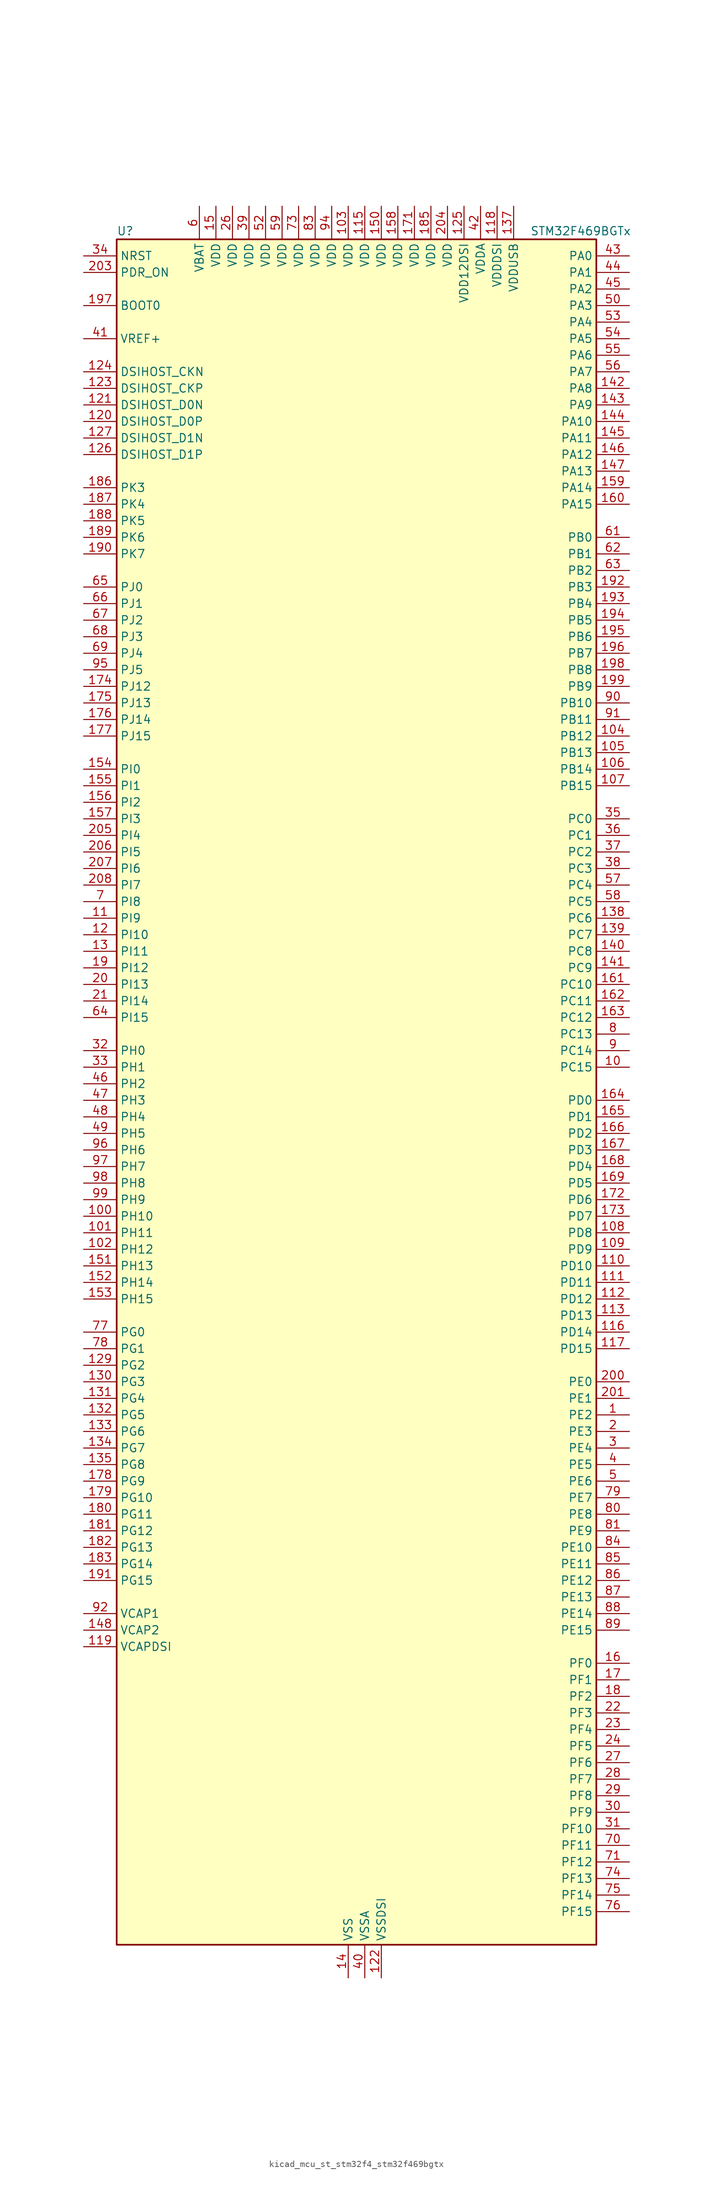
<source format=kicad_sym>
(kicad_symbol_lib
  (version 20220914)
  (generator kicad_symbol_editor)
  (symbol "kicad_mcu_st_stm32f4_stm32f469bgtx"
    (property "Reference" "U"
      (at -35.56 133.35 0)
      (effects (font (size 1.27 1.27)) (justify left)))
    (property "Value" "STM32F469BGTx"
      (at 27.94 133.35 0)
      (effects (font (size 1.27 1.27)) (justify left)))
    (property "ki_locked" ""
      (at 0 0 0)
      (effects (font (size 1.27 1.27))))
    (symbol "kicad_mcu_st_stm32f4_stm32f469bgtx_0_1"
      (rectangle (start -35.56 -129.54) (end 38.1 132.08) (stroke (width 0.254) (type default)) (fill (type background))))
    (symbol "kicad_mcu_st_stm32f4_stm32f469bgtx_1_1"
      (pin bidirectional line (at 43.18 -48.26 180) (length 5.08) (name "PE2" (effects (font (size 1.27 1.27)))) (number "1" (effects (font (size 1.27 1.27)))) (alternate "ETH_TXD3" bidirectional line) (alternate "FMC_A23" bidirectional line) (alternate "QUADSPI_BK1_IO2" bidirectional line) (alternate "SAI1_MCLK_A" bidirectional line) (alternate "SPI4_SCK" bidirectional line) (alternate "SYS_TRACECLK" bidirectional line))
      (pin bidirectional line (at 43.18 5.08 180) (length 5.08) (name "PC15" (effects (font (size 1.27 1.27)))) (number "10" (effects (font (size 1.27 1.27)))) (alternate "ADC1_EXTI15" bidirectional line) (alternate "ADC2_EXTI15" bidirectional line) (alternate "ADC3_EXTI15" bidirectional line) (alternate "RCC_OSC32_OUT" bidirectional line))
      (pin bidirectional line (at -40.64 -17.78 0) (length 5.08) (name "PH10" (effects (font (size 1.27 1.27)))) (number "100" (effects (font (size 1.27 1.27)))) (alternate "DCMI_D1" bidirectional line) (alternate "FMC_D18" bidirectional line) (alternate "LTDC_R4" bidirectional line) (alternate "TIM5_CH1" bidirectional line))
      (pin bidirectional line (at -40.64 -20.32 0) (length 5.08) (name "PH11" (effects (font (size 1.27 1.27)))) (number "101" (effects (font (size 1.27 1.27)))) (alternate "ADC1_EXTI11" bidirectional line) (alternate "ADC2_EXTI11" bidirectional line) (alternate "ADC3_EXTI11" bidirectional line) (alternate "DCMI_D2" bidirectional line) (alternate "FMC_D19" bidirectional line) (alternate "LTDC_R5" bidirectional line) (alternate "TIM5_CH2" bidirectional line))
      (pin bidirectional line (at -40.64 -22.86 0) (length 5.08) (name "PH12" (effects (font (size 1.27 1.27)))) (number "102" (effects (font (size 1.27 1.27)))) (alternate "DCMI_D3" bidirectional line) (alternate "FMC_D20" bidirectional line) (alternate "LTDC_R6" bidirectional line) (alternate "TIM5_CH3" bidirectional line))
      (pin power_in line (at 0 137.16 270) (length 5.08) (name "VDD" (effects (font (size 1.27 1.27)))) (number "103" (effects (font (size 1.27 1.27)))))
      (pin bidirectional line (at 43.18 55.88 180) (length 5.08) (name "PB12" (effects (font (size 1.27 1.27)))) (number "104" (effects (font (size 1.27 1.27)))) (alternate "CAN2_RX" bidirectional line) (alternate "ETH_TXD0" bidirectional line) (alternate "I2C2_SMBA" bidirectional line) (alternate "I2S2_WS" bidirectional line) (alternate "SPI2_NSS" bidirectional line) (alternate "TIM1_BKIN" bidirectional line) (alternate "USART3_CK" bidirectional line) (alternate "USB_OTG_HS_ID" bidirectional line) (alternate "USB_OTG_HS_ULPI_D5" bidirectional line))
      (pin bidirectional line (at 43.18 53.34 180) (length 5.08) (name "PB13" (effects (font (size 1.27 1.27)))) (number "105" (effects (font (size 1.27 1.27)))) (alternate "CAN2_TX" bidirectional line) (alternate "ETH_TXD1" bidirectional line) (alternate "I2S2_CK" bidirectional line) (alternate "SPI2_SCK" bidirectional line) (alternate "TIM1_CH1N" bidirectional line) (alternate "USART3_CTS" bidirectional line) (alternate "USB_OTG_HS_ULPI_D6" bidirectional line) (alternate "USB_OTG_HS_VBUS" bidirectional line))
      (pin bidirectional line (at 43.18 50.8 180) (length 5.08) (name "PB14" (effects (font (size 1.27 1.27)))) (number "106" (effects (font (size 1.27 1.27)))) (alternate "I2S2_ext_SD" bidirectional line) (alternate "SPI2_MISO" bidirectional line) (alternate "TIM12_CH1" bidirectional line) (alternate "TIM1_CH2N" bidirectional line) (alternate "TIM8_CH2N" bidirectional line) (alternate "USART3_RTS" bidirectional line) (alternate "USB_OTG_HS_DM" bidirectional line))
      (pin bidirectional line (at 43.18 48.26 180) (length 5.08) (name "PB15" (effects (font (size 1.27 1.27)))) (number "107" (effects (font (size 1.27 1.27)))) (alternate "ADC1_EXTI15" bidirectional line) (alternate "ADC2_EXTI15" bidirectional line) (alternate "ADC3_EXTI15" bidirectional line) (alternate "I2S2_SD" bidirectional line) (alternate "RTC_REFIN" bidirectional line) (alternate "SPI2_MOSI" bidirectional line) (alternate "TIM12_CH2" bidirectional line) (alternate "TIM1_CH3N" bidirectional line) (alternate "TIM8_CH3N" bidirectional line) (alternate "USB_OTG_HS_DP" bidirectional line))
      (pin bidirectional line (at 43.18 -20.32 180) (length 5.08) (name "PD8" (effects (font (size 1.27 1.27)))) (number "108" (effects (font (size 1.27 1.27)))) (alternate "FMC_D13" bidirectional line) (alternate "FMC_DA13" bidirectional line) (alternate "USART3_TX" bidirectional line))
      (pin bidirectional line (at 43.18 -22.86 180) (length 5.08) (name "PD9" (effects (font (size 1.27 1.27)))) (number "109" (effects (font (size 1.27 1.27)))) (alternate "DAC_EXTI9" bidirectional line) (alternate "FMC_D14" bidirectional line) (alternate "FMC_DA14" bidirectional line) (alternate "USART3_RX" bidirectional line))
      (pin bidirectional line (at -40.64 27.94 0) (length 5.08) (name "PI9" (effects (font (size 1.27 1.27)))) (number "11" (effects (font (size 1.27 1.27)))) (alternate "CAN1_RX" bidirectional line) (alternate "DAC_EXTI9" bidirectional line) (alternate "FMC_D30" bidirectional line) (alternate "LTDC_VSYNC" bidirectional line))
      (pin bidirectional line (at 43.18 -25.4 180) (length 5.08) (name "PD10" (effects (font (size 1.27 1.27)))) (number "110" (effects (font (size 1.27 1.27)))) (alternate "FMC_D15" bidirectional line) (alternate "FMC_DA15" bidirectional line) (alternate "LTDC_B3" bidirectional line) (alternate "USART3_CK" bidirectional line))
      (pin bidirectional line (at 43.18 -27.94 180) (length 5.08) (name "PD11" (effects (font (size 1.27 1.27)))) (number "111" (effects (font (size 1.27 1.27)))) (alternate "ADC1_EXTI11" bidirectional line) (alternate "ADC2_EXTI11" bidirectional line) (alternate "ADC3_EXTI11" bidirectional line) (alternate "FMC_A16" bidirectional line) (alternate "FMC_CLE" bidirectional line) (alternate "QUADSPI_BK1_IO0" bidirectional line) (alternate "USART3_CTS" bidirectional line))
      (pin bidirectional line (at 43.18 -30.48 180) (length 5.08) (name "PD12" (effects (font (size 1.27 1.27)))) (number "112" (effects (font (size 1.27 1.27)))) (alternate "FMC_A17" bidirectional line) (alternate "FMC_ALE" bidirectional line) (alternate "QUADSPI_BK1_IO1" bidirectional line) (alternate "TIM4_CH1" bidirectional line) (alternate "USART3_RTS" bidirectional line))
      (pin bidirectional line (at 43.18 -33.02 180) (length 5.08) (name "PD13" (effects (font (size 1.27 1.27)))) (number "113" (effects (font (size 1.27 1.27)))) (alternate "FMC_A18" bidirectional line) (alternate "QUADSPI_BK1_IO3" bidirectional line) (alternate "TIM4_CH2" bidirectional line))
      (pin passive line (at 0 -134.62 90) (length 5.08) hide (name "VSS" (effects (font (size 1.27 1.27)))) (number "114" (effects (font (size 1.27 1.27)))))
      (pin power_in line (at 2.54 137.16 270) (length 5.08) (name "VDD" (effects (font (size 1.27 1.27)))) (number "115" (effects (font (size 1.27 1.27)))))
      (pin bidirectional line (at 43.18 -35.56 180) (length 5.08) (name "PD14" (effects (font (size 1.27 1.27)))) (number "116" (effects (font (size 1.27 1.27)))) (alternate "FMC_D0" bidirectional line) (alternate "FMC_DA0" bidirectional line) (alternate "TIM4_CH3" bidirectional line))
      (pin bidirectional line (at 43.18 -38.1 180) (length 5.08) (name "PD15" (effects (font (size 1.27 1.27)))) (number "117" (effects (font (size 1.27 1.27)))) (alternate "ADC1_EXTI15" bidirectional line) (alternate "ADC2_EXTI15" bidirectional line) (alternate "ADC3_EXTI15" bidirectional line) (alternate "FMC_D1" bidirectional line) (alternate "FMC_DA1" bidirectional line) (alternate "TIM4_CH4" bidirectional line))
      (pin power_in line (at 22.86 137.16 270) (length 5.08) (name "VDDDSI" (effects (font (size 1.27 1.27)))) (number "118" (effects (font (size 1.27 1.27)))))
      (pin power_out line (at -40.64 -83.82 0) (length 5.08) (name "VCAPDSI" (effects (font (size 1.27 1.27)))) (number "119" (effects (font (size 1.27 1.27)))))
      (pin bidirectional line (at -40.64 25.4 0) (length 5.08) (name "PI10" (effects (font (size 1.27 1.27)))) (number "12" (effects (font (size 1.27 1.27)))) (alternate "ETH_RX_ER" bidirectional line) (alternate "FMC_D31" bidirectional line) (alternate "LTDC_HSYNC" bidirectional line))
      (pin bidirectional line (at -40.64 104.14 0) (length 5.08) (name "DSIHOST_D0P" (effects (font (size 1.27 1.27)))) (number "120" (effects (font (size 1.27 1.27)))) (alternate "DSIHOST_D0P" bidirectional line))
      (pin bidirectional line (at -40.64 106.68 0) (length 5.08) (name "DSIHOST_D0N" (effects (font (size 1.27 1.27)))) (number "121" (effects (font (size 1.27 1.27)))) (alternate "DSIHOST_D0N" bidirectional line))
      (pin power_in line (at 5.08 -134.62 90) (length 5.08) (name "VSSDSI" (effects (font (size 1.27 1.27)))) (number "122" (effects (font (size 1.27 1.27)))))
      (pin bidirectional line (at -40.64 109.22 0) (length 5.08) (name "DSIHOST_CKP" (effects (font (size 1.27 1.27)))) (number "123" (effects (font (size 1.27 1.27)))) (alternate "DSIHOST_CKP" bidirectional line))
      (pin bidirectional line (at -40.64 111.76 0) (length 5.08) (name "DSIHOST_CKN" (effects (font (size 1.27 1.27)))) (number "124" (effects (font (size 1.27 1.27)))) (alternate "DSIHOST_CKN" bidirectional line))
      (pin power_in line (at 17.78 137.16 270) (length 5.08) (name "VDD12DSI" (effects (font (size 1.27 1.27)))) (number "125" (effects (font (size 1.27 1.27)))))
      (pin bidirectional line (at -40.64 99.06 0) (length 5.08) (name "DSIHOST_D1P" (effects (font (size 1.27 1.27)))) (number "126" (effects (font (size 1.27 1.27)))) (alternate "DSIHOST_D1P" bidirectional line))
      (pin bidirectional line (at -40.64 101.6 0) (length 5.08) (name "DSIHOST_D1N" (effects (font (size 1.27 1.27)))) (number "127" (effects (font (size 1.27 1.27)))) (alternate "DSIHOST_D1N" bidirectional line))
      (pin passive line (at 5.08 -134.62 90) (length 5.08) hide (name "VSSDSI" (effects (font (size 1.27 1.27)))) (number "128" (effects (font (size 1.27 1.27)))))
      (pin bidirectional line (at -40.64 -40.64 0) (length 5.08) (name "PG2" (effects (font (size 1.27 1.27)))) (number "129" (effects (font (size 1.27 1.27)))) (alternate "FMC_A12" bidirectional line))
      (pin bidirectional line (at -40.64 22.86 0) (length 5.08) (name "PI11" (effects (font (size 1.27 1.27)))) (number "13" (effects (font (size 1.27 1.27)))) (alternate "ADC1_EXTI11" bidirectional line) (alternate "ADC2_EXTI11" bidirectional line) (alternate "ADC3_EXTI11" bidirectional line) (alternate "LTDC_G6" bidirectional line) (alternate "USB_OTG_HS_ULPI_DIR" bidirectional line))
      (pin bidirectional line (at -40.64 -43.18 0) (length 5.08) (name "PG3" (effects (font (size 1.27 1.27)))) (number "130" (effects (font (size 1.27 1.27)))) (alternate "FMC_A13" bidirectional line))
      (pin bidirectional line (at -40.64 -45.72 0) (length 5.08) (name "PG4" (effects (font (size 1.27 1.27)))) (number "131" (effects (font (size 1.27 1.27)))) (alternate "FMC_A14" bidirectional line) (alternate "FMC_BA0" bidirectional line))
      (pin bidirectional line (at -40.64 -48.26 0) (length 5.08) (name "PG5" (effects (font (size 1.27 1.27)))) (number "132" (effects (font (size 1.27 1.27)))) (alternate "FMC_A15" bidirectional line) (alternate "FMC_BA1" bidirectional line))
      (pin bidirectional line (at -40.64 -50.8 0) (length 5.08) (name "PG6" (effects (font (size 1.27 1.27)))) (number "133" (effects (font (size 1.27 1.27)))) (alternate "DCMI_D12" bidirectional line) (alternate "LTDC_R7" bidirectional line))
      (pin bidirectional line (at -40.64 -53.34 0) (length 5.08) (name "PG7" (effects (font (size 1.27 1.27)))) (number "134" (effects (font (size 1.27 1.27)))) (alternate "DCMI_D13" bidirectional line) (alternate "FMC_INT" bidirectional line) (alternate "LTDC_CLK" bidirectional line) (alternate "SAI1_MCLK_A" bidirectional line) (alternate "USART6_CK" bidirectional line))
      (pin bidirectional line (at -40.64 -55.88 0) (length 5.08) (name "PG8" (effects (font (size 1.27 1.27)))) (number "135" (effects (font (size 1.27 1.27)))) (alternate "ETH_PPS_OUT" bidirectional line) (alternate "FMC_SDCLK" bidirectional line) (alternate "LTDC_G7" bidirectional line) (alternate "SPI6_NSS" bidirectional line) (alternate "USART6_RTS" bidirectional line))
      (pin passive line (at 0 -134.62 90) (length 5.08) hide (name "VSS" (effects (font (size 1.27 1.27)))) (number "136" (effects (font (size 1.27 1.27)))))
      (pin power_in line (at 25.4 137.16 270) (length 5.08) (name "VDDUSB" (effects (font (size 1.27 1.27)))) (number "137" (effects (font (size 1.27 1.27)))))
      (pin bidirectional line (at 43.18 27.94 180) (length 5.08) (name "PC6" (effects (font (size 1.27 1.27)))) (number "138" (effects (font (size 1.27 1.27)))) (alternate "DCMI_D0" bidirectional line) (alternate "I2S2_MCK" bidirectional line) (alternate "LTDC_HSYNC" bidirectional line) (alternate "SDIO_D6" bidirectional line) (alternate "TIM3_CH1" bidirectional line) (alternate "TIM8_CH1" bidirectional line) (alternate "USART6_TX" bidirectional line))
      (pin bidirectional line (at 43.18 25.4 180) (length 5.08) (name "PC7" (effects (font (size 1.27 1.27)))) (number "139" (effects (font (size 1.27 1.27)))) (alternate "DCMI_D1" bidirectional line) (alternate "I2S3_MCK" bidirectional line) (alternate "LTDC_G6" bidirectional line) (alternate "SDIO_D7" bidirectional line) (alternate "TIM3_CH2" bidirectional line) (alternate "TIM8_CH2" bidirectional line) (alternate "USART6_RX" bidirectional line))
      (pin power_in line (at 0 -134.62 90) (length 5.08) (name "VSS" (effects (font (size 1.27 1.27)))) (number "14" (effects (font (size 1.27 1.27)))))
      (pin bidirectional line (at 43.18 22.86 180) (length 5.08) (name "PC8" (effects (font (size 1.27 1.27)))) (number "140" (effects (font (size 1.27 1.27)))) (alternate "DCMI_D2" bidirectional line) (alternate "SDIO_D0" bidirectional line) (alternate "SYS_TRACED1" bidirectional line) (alternate "TIM3_CH3" bidirectional line) (alternate "TIM8_CH3" bidirectional line) (alternate "USART6_CK" bidirectional line))
      (pin bidirectional line (at 43.18 20.32 180) (length 5.08) (name "PC9" (effects (font (size 1.27 1.27)))) (number "141" (effects (font (size 1.27 1.27)))) (alternate "DAC_EXTI9" bidirectional line) (alternate "DCMI_D3" bidirectional line) (alternate "I2C3_SDA" bidirectional line) (alternate "I2S_CKIN" bidirectional line) (alternate "QUADSPI_BK1_IO0" bidirectional line) (alternate "RCC_MCO_2" bidirectional line) (alternate "SDIO_D1" bidirectional line) (alternate "TIM3_CH4" bidirectional line) (alternate "TIM8_CH4" bidirectional line))
      (pin bidirectional line (at 43.18 109.22 180) (length 5.08) (name "PA8" (effects (font (size 1.27 1.27)))) (number "142" (effects (font (size 1.27 1.27)))) (alternate "I2C3_SCL" bidirectional line) (alternate "LTDC_R6" bidirectional line) (alternate "RCC_MCO_1" bidirectional line) (alternate "TIM1_CH1" bidirectional line) (alternate "USART1_CK" bidirectional line) (alternate "USB_OTG_FS_SOF" bidirectional line))
      (pin bidirectional line (at 43.18 106.68 180) (length 5.08) (name "PA9" (effects (font (size 1.27 1.27)))) (number "143" (effects (font (size 1.27 1.27)))) (alternate "DAC_EXTI9" bidirectional line) (alternate "DCMI_D0" bidirectional line) (alternate "I2C3_SMBA" bidirectional line) (alternate "I2S2_CK" bidirectional line) (alternate "SPI2_SCK" bidirectional line) (alternate "TIM1_CH2" bidirectional line) (alternate "USART1_TX" bidirectional line) (alternate "USB_OTG_FS_VBUS" bidirectional line))
      (pin bidirectional line (at 43.18 104.14 180) (length 5.08) (name "PA10" (effects (font (size 1.27 1.27)))) (number "144" (effects (font (size 1.27 1.27)))) (alternate "DCMI_D1" bidirectional line) (alternate "TIM1_CH3" bidirectional line) (alternate "USART1_RX" bidirectional line) (alternate "USB_OTG_FS_ID" bidirectional line))
      (pin bidirectional line (at 43.18 101.6 180) (length 5.08) (name "PA11" (effects (font (size 1.27 1.27)))) (number "145" (effects (font (size 1.27 1.27)))) (alternate "ADC1_EXTI11" bidirectional line) (alternate "ADC2_EXTI11" bidirectional line) (alternate "ADC3_EXTI11" bidirectional line) (alternate "CAN1_RX" bidirectional line) (alternate "LTDC_R4" bidirectional line) (alternate "TIM1_CH4" bidirectional line) (alternate "USART1_CTS" bidirectional line) (alternate "USB_OTG_FS_DM" bidirectional line))
      (pin bidirectional line (at 43.18 99.06 180) (length 5.08) (name "PA12" (effects (font (size 1.27 1.27)))) (number "146" (effects (font (size 1.27 1.27)))) (alternate "CAN1_TX" bidirectional line) (alternate "LTDC_R5" bidirectional line) (alternate "TIM1_ETR" bidirectional line) (alternate "USART1_RTS" bidirectional line) (alternate "USB_OTG_FS_DP" bidirectional line))
      (pin bidirectional line (at 43.18 96.52 180) (length 5.08) (name "PA13" (effects (font (size 1.27 1.27)))) (number "147" (effects (font (size 1.27 1.27)))) (alternate "SYS_JTMS-SWDIO" bidirectional line))
      (pin power_out line (at -40.64 -81.28 0) (length 5.08) (name "VCAP2" (effects (font (size 1.27 1.27)))) (number "148" (effects (font (size 1.27 1.27)))))
      (pin passive line (at 0 -134.62 90) (length 5.08) hide (name "VSS" (effects (font (size 1.27 1.27)))) (number "149" (effects (font (size 1.27 1.27)))))
      (pin power_in line (at -20.32 137.16 270) (length 5.08) (name "VDD" (effects (font (size 1.27 1.27)))) (number "15" (effects (font (size 1.27 1.27)))))
      (pin power_in line (at 5.08 137.16 270) (length 5.08) (name "VDD" (effects (font (size 1.27 1.27)))) (number "150" (effects (font (size 1.27 1.27)))))
      (pin bidirectional line (at -40.64 -25.4 0) (length 5.08) (name "PH13" (effects (font (size 1.27 1.27)))) (number "151" (effects (font (size 1.27 1.27)))) (alternate "CAN1_TX" bidirectional line) (alternate "FMC_D21" bidirectional line) (alternate "LTDC_G2" bidirectional line) (alternate "TIM8_CH1N" bidirectional line))
      (pin bidirectional line (at -40.64 -27.94 0) (length 5.08) (name "PH14" (effects (font (size 1.27 1.27)))) (number "152" (effects (font (size 1.27 1.27)))) (alternate "DCMI_D4" bidirectional line) (alternate "FMC_D22" bidirectional line) (alternate "LTDC_G3" bidirectional line) (alternate "TIM8_CH2N" bidirectional line))
      (pin bidirectional line (at -40.64 -30.48 0) (length 5.08) (name "PH15" (effects (font (size 1.27 1.27)))) (number "153" (effects (font (size 1.27 1.27)))) (alternate "ADC1_EXTI15" bidirectional line) (alternate "ADC2_EXTI15" bidirectional line) (alternate "ADC3_EXTI15" bidirectional line) (alternate "DCMI_D11" bidirectional line) (alternate "FMC_D23" bidirectional line) (alternate "LTDC_G4" bidirectional line) (alternate "TIM8_CH3N" bidirectional line))
      (pin bidirectional line (at -40.64 50.8 0) (length 5.08) (name "PI0" (effects (font (size 1.27 1.27)))) (number "154" (effects (font (size 1.27 1.27)))) (alternate "DCMI_D13" bidirectional line) (alternate "FMC_D24" bidirectional line) (alternate "I2S2_WS" bidirectional line) (alternate "LTDC_G5" bidirectional line) (alternate "SPI2_NSS" bidirectional line) (alternate "TIM5_CH4" bidirectional line))
      (pin bidirectional line (at -40.64 48.26 0) (length 5.08) (name "PI1" (effects (font (size 1.27 1.27)))) (number "155" (effects (font (size 1.27 1.27)))) (alternate "DCMI_D8" bidirectional line) (alternate "FMC_D25" bidirectional line) (alternate "I2S2_CK" bidirectional line) (alternate "LTDC_G6" bidirectional line) (alternate "SPI2_SCK" bidirectional line))
      (pin bidirectional line (at -40.64 45.72 0) (length 5.08) (name "PI2" (effects (font (size 1.27 1.27)))) (number "156" (effects (font (size 1.27 1.27)))) (alternate "DCMI_D9" bidirectional line) (alternate "FMC_D26" bidirectional line) (alternate "I2S2_ext_SD" bidirectional line) (alternate "LTDC_G7" bidirectional line) (alternate "SPI2_MISO" bidirectional line) (alternate "TIM8_CH4" bidirectional line))
      (pin bidirectional line (at -40.64 43.18 0) (length 5.08) (name "PI3" (effects (font (size 1.27 1.27)))) (number "157" (effects (font (size 1.27 1.27)))) (alternate "DCMI_D10" bidirectional line) (alternate "FMC_D27" bidirectional line) (alternate "I2S2_SD" bidirectional line) (alternate "SPI2_MOSI" bidirectional line) (alternate "TIM8_ETR" bidirectional line))
      (pin power_in line (at 7.62 137.16 270) (length 5.08) (name "VDD" (effects (font (size 1.27 1.27)))) (number "158" (effects (font (size 1.27 1.27)))))
      (pin bidirectional line (at 43.18 93.98 180) (length 5.08) (name "PA14" (effects (font (size 1.27 1.27)))) (number "159" (effects (font (size 1.27 1.27)))) (alternate "SYS_JTCK-SWCLK" bidirectional line))
      (pin bidirectional line (at 43.18 -86.36 180) (length 5.08) (name "PF0" (effects (font (size 1.27 1.27)))) (number "16" (effects (font (size 1.27 1.27)))) (alternate "FMC_A0" bidirectional line) (alternate "I2C2_SDA" bidirectional line))
      (pin bidirectional line (at 43.18 91.44 180) (length 5.08) (name "PA15" (effects (font (size 1.27 1.27)))) (number "160" (effects (font (size 1.27 1.27)))) (alternate "ADC1_EXTI15" bidirectional line) (alternate "ADC2_EXTI15" bidirectional line) (alternate "ADC3_EXTI15" bidirectional line) (alternate "I2S3_WS" bidirectional line) (alternate "SPI1_NSS" bidirectional line) (alternate "SPI3_NSS" bidirectional line) (alternate "SYS_JTDI" bidirectional line) (alternate "TIM2_CH1" bidirectional line) (alternate "TIM2_ETR" bidirectional line))
      (pin bidirectional line (at 43.18 17.78 180) (length 5.08) (name "PC10" (effects (font (size 1.27 1.27)))) (number "161" (effects (font (size 1.27 1.27)))) (alternate "DCMI_D8" bidirectional line) (alternate "I2S3_CK" bidirectional line) (alternate "LTDC_R2" bidirectional line) (alternate "QUADSPI_BK1_IO1" bidirectional line) (alternate "SDIO_D2" bidirectional line) (alternate "SPI3_SCK" bidirectional line) (alternate "UART4_TX" bidirectional line) (alternate "USART3_TX" bidirectional line))
      (pin bidirectional line (at 43.18 15.24 180) (length 5.08) (name "PC11" (effects (font (size 1.27 1.27)))) (number "162" (effects (font (size 1.27 1.27)))) (alternate "ADC1_EXTI11" bidirectional line) (alternate "ADC2_EXTI11" bidirectional line) (alternate "ADC3_EXTI11" bidirectional line) (alternate "DCMI_D4" bidirectional line) (alternate "I2S3_ext_SD" bidirectional line) (alternate "QUADSPI_BK2_NCS" bidirectional line) (alternate "SDIO_D3" bidirectional line) (alternate "SPI3_MISO" bidirectional line) (alternate "UART4_RX" bidirectional line) (alternate "USART3_RX" bidirectional line))
      (pin bidirectional line (at 43.18 12.7 180) (length 5.08) (name "PC12" (effects (font (size 1.27 1.27)))) (number "163" (effects (font (size 1.27 1.27)))) (alternate "DCMI_D9" bidirectional line) (alternate "I2S3_SD" bidirectional line) (alternate "SDIO_CK" bidirectional line) (alternate "SPI3_MOSI" bidirectional line) (alternate "SYS_TRACED3" bidirectional line) (alternate "UART5_TX" bidirectional line) (alternate "USART3_CK" bidirectional line))
      (pin bidirectional line (at 43.18 0 180) (length 5.08) (name "PD0" (effects (font (size 1.27 1.27)))) (number "164" (effects (font (size 1.27 1.27)))) (alternate "CAN1_RX" bidirectional line) (alternate "FMC_D2" bidirectional line) (alternate "FMC_DA2" bidirectional line))
      (pin bidirectional line (at 43.18 -2.54 180) (length 5.08) (name "PD1" (effects (font (size 1.27 1.27)))) (number "165" (effects (font (size 1.27 1.27)))) (alternate "CAN1_TX" bidirectional line) (alternate "FMC_D3" bidirectional line) (alternate "FMC_DA3" bidirectional line))
      (pin bidirectional line (at 43.18 -5.08 180) (length 5.08) (name "PD2" (effects (font (size 1.27 1.27)))) (number "166" (effects (font (size 1.27 1.27)))) (alternate "DCMI_D11" bidirectional line) (alternate "SDIO_CMD" bidirectional line) (alternate "SYS_TRACED2" bidirectional line) (alternate "TIM3_ETR" bidirectional line) (alternate "UART5_RX" bidirectional line))
      (pin bidirectional line (at 43.18 -7.62 180) (length 5.08) (name "PD3" (effects (font (size 1.27 1.27)))) (number "167" (effects (font (size 1.27 1.27)))) (alternate "DCMI_D5" bidirectional line) (alternate "FMC_CLK" bidirectional line) (alternate "I2S2_CK" bidirectional line) (alternate "LTDC_G7" bidirectional line) (alternate "SPI2_SCK" bidirectional line) (alternate "USART2_CTS" bidirectional line))
      (pin bidirectional line (at 43.18 -10.16 180) (length 5.08) (name "PD4" (effects (font (size 1.27 1.27)))) (number "168" (effects (font (size 1.27 1.27)))) (alternate "FMC_NOE" bidirectional line) (alternate "USART2_RTS" bidirectional line))
      (pin bidirectional line (at 43.18 -12.7 180) (length 5.08) (name "PD5" (effects (font (size 1.27 1.27)))) (number "169" (effects (font (size 1.27 1.27)))) (alternate "FMC_NWE" bidirectional line) (alternate "USART2_TX" bidirectional line))
      (pin bidirectional line (at 43.18 -88.9 180) (length 5.08) (name "PF1" (effects (font (size 1.27 1.27)))) (number "17" (effects (font (size 1.27 1.27)))) (alternate "FMC_A1" bidirectional line) (alternate "I2C2_SCL" bidirectional line))
      (pin passive line (at 0 -134.62 90) (length 5.08) hide (name "VSS" (effects (font (size 1.27 1.27)))) (number "170" (effects (font (size 1.27 1.27)))))
      (pin power_in line (at 10.16 137.16 270) (length 5.08) (name "VDD" (effects (font (size 1.27 1.27)))) (number "171" (effects (font (size 1.27 1.27)))))
      (pin bidirectional line (at 43.18 -15.24 180) (length 5.08) (name "PD6" (effects (font (size 1.27 1.27)))) (number "172" (effects (font (size 1.27 1.27)))) (alternate "DCMI_D10" bidirectional line) (alternate "FMC_NWAIT" bidirectional line) (alternate "I2S3_SD" bidirectional line) (alternate "LTDC_B2" bidirectional line) (alternate "SAI1_SD_A" bidirectional line) (alternate "SPI3_MOSI" bidirectional line) (alternate "USART2_RX" bidirectional line))
      (pin bidirectional line (at 43.18 -17.78 180) (length 5.08) (name "PD7" (effects (font (size 1.27 1.27)))) (number "173" (effects (font (size 1.27 1.27)))) (alternate "FMC_NE1" bidirectional line) (alternate "USART2_CK" bidirectional line))
      (pin bidirectional line (at -40.64 63.5 0) (length 5.08) (name "PJ12" (effects (font (size 1.27 1.27)))) (number "174" (effects (font (size 1.27 1.27)))) (alternate "LTDC_B0" bidirectional line) (alternate "LTDC_G3" bidirectional line))
      (pin bidirectional line (at -40.64 60.96 0) (length 5.08) (name "PJ13" (effects (font (size 1.27 1.27)))) (number "175" (effects (font (size 1.27 1.27)))) (alternate "LTDC_B1" bidirectional line) (alternate "LTDC_G4" bidirectional line))
      (pin bidirectional line (at -40.64 58.42 0) (length 5.08) (name "PJ14" (effects (font (size 1.27 1.27)))) (number "176" (effects (font (size 1.27 1.27)))) (alternate "LTDC_B2" bidirectional line))
      (pin bidirectional line (at -40.64 55.88 0) (length 5.08) (name "PJ15" (effects (font (size 1.27 1.27)))) (number "177" (effects (font (size 1.27 1.27)))) (alternate "ADC1_EXTI15" bidirectional line) (alternate "ADC2_EXTI15" bidirectional line) (alternate "ADC3_EXTI15" bidirectional line) (alternate "LTDC_B3" bidirectional line))
      (pin bidirectional line (at -40.64 -58.42 0) (length 5.08) (name "PG9" (effects (font (size 1.27 1.27)))) (number "178" (effects (font (size 1.27 1.27)))) (alternate "DAC_EXTI9" bidirectional line) (alternate "DCMI_VSYNC" bidirectional line) (alternate "FMC_NCE" bidirectional line) (alternate "FMC_NE2" bidirectional line) (alternate "QUADSPI_BK2_IO2" bidirectional line) (alternate "USART6_RX" bidirectional line))
      (pin bidirectional line (at -40.64 -60.96 0) (length 5.08) (name "PG10" (effects (font (size 1.27 1.27)))) (number "179" (effects (font (size 1.27 1.27)))) (alternate "DCMI_D2" bidirectional line) (alternate "FMC_NE3" bidirectional line) (alternate "LTDC_B2" bidirectional line) (alternate "LTDC_G3" bidirectional line))
      (pin bidirectional line (at 43.18 -91.44 180) (length 5.08) (name "PF2" (effects (font (size 1.27 1.27)))) (number "18" (effects (font (size 1.27 1.27)))) (alternate "FMC_A2" bidirectional line) (alternate "I2C2_SMBA" bidirectional line))
      (pin bidirectional line (at -40.64 -63.5 0) (length 5.08) (name "PG11" (effects (font (size 1.27 1.27)))) (number "180" (effects (font (size 1.27 1.27)))) (alternate "ADC1_EXTI11" bidirectional line) (alternate "ADC2_EXTI11" bidirectional line) (alternate "ADC3_EXTI11" bidirectional line) (alternate "DCMI_D3" bidirectional line) (alternate "ETH_TX_EN" bidirectional line) (alternate "LTDC_B3" bidirectional line))
      (pin bidirectional line (at -40.64 -66.04 0) (length 5.08) (name "PG12" (effects (font (size 1.27 1.27)))) (number "181" (effects (font (size 1.27 1.27)))) (alternate "FMC_NE4" bidirectional line) (alternate "LTDC_B1" bidirectional line) (alternate "LTDC_B4" bidirectional line) (alternate "SPI6_MISO" bidirectional line) (alternate "USART6_RTS" bidirectional line))
      (pin bidirectional line (at -40.64 -68.58 0) (length 5.08) (name "PG13" (effects (font (size 1.27 1.27)))) (number "182" (effects (font (size 1.27 1.27)))) (alternate "ETH_TXD0" bidirectional line) (alternate "FMC_A24" bidirectional line) (alternate "LTDC_R0" bidirectional line) (alternate "SPI6_SCK" bidirectional line) (alternate "SYS_TRACED0" bidirectional line) (alternate "USART6_CTS" bidirectional line))
      (pin bidirectional line (at -40.64 -71.12 0) (length 5.08) (name "PG14" (effects (font (size 1.27 1.27)))) (number "183" (effects (font (size 1.27 1.27)))) (alternate "ETH_TXD1" bidirectional line) (alternate "FMC_A25" bidirectional line) (alternate "LTDC_B0" bidirectional line) (alternate "QUADSPI_BK2_IO3" bidirectional line) (alternate "SPI6_MOSI" bidirectional line) (alternate "SYS_TRACED1" bidirectional line) (alternate "USART6_TX" bidirectional line))
      (pin passive line (at 0 -134.62 90) (length 5.08) hide (name "VSS" (effects (font (size 1.27 1.27)))) (number "184" (effects (font (size 1.27 1.27)))))
      (pin power_in line (at 12.7 137.16 270) (length 5.08) (name "VDD" (effects (font (size 1.27 1.27)))) (number "185" (effects (font (size 1.27 1.27)))))
      (pin bidirectional line (at -40.64 93.98 0) (length 5.08) (name "PK3" (effects (font (size 1.27 1.27)))) (number "186" (effects (font (size 1.27 1.27)))) (alternate "LTDC_B4" bidirectional line))
      (pin bidirectional line (at -40.64 91.44 0) (length 5.08) (name "PK4" (effects (font (size 1.27 1.27)))) (number "187" (effects (font (size 1.27 1.27)))) (alternate "LTDC_B5" bidirectional line))
      (pin bidirectional line (at -40.64 88.9 0) (length 5.08) (name "PK5" (effects (font (size 1.27 1.27)))) (number "188" (effects (font (size 1.27 1.27)))) (alternate "LTDC_B6" bidirectional line))
      (pin bidirectional line (at -40.64 86.36 0) (length 5.08) (name "PK6" (effects (font (size 1.27 1.27)))) (number "189" (effects (font (size 1.27 1.27)))) (alternate "LTDC_B7" bidirectional line))
      (pin bidirectional line (at -40.64 20.32 0) (length 5.08) (name "PI12" (effects (font (size 1.27 1.27)))) (number "19" (effects (font (size 1.27 1.27)))) (alternate "LTDC_HSYNC" bidirectional line))
      (pin bidirectional line (at -40.64 83.82 0) (length 5.08) (name "PK7" (effects (font (size 1.27 1.27)))) (number "190" (effects (font (size 1.27 1.27)))) (alternate "LTDC_DE" bidirectional line))
      (pin bidirectional line (at -40.64 -73.66 0) (length 5.08) (name "PG15" (effects (font (size 1.27 1.27)))) (number "191" (effects (font (size 1.27 1.27)))) (alternate "ADC1_EXTI15" bidirectional line) (alternate "ADC2_EXTI15" bidirectional line) (alternate "ADC3_EXTI15" bidirectional line) (alternate "DCMI_D13" bidirectional line) (alternate "FMC_SDNCAS" bidirectional line) (alternate "USART6_CTS" bidirectional line))
      (pin bidirectional line (at 43.18 78.74 180) (length 5.08) (name "PB3" (effects (font (size 1.27 1.27)))) (number "192" (effects (font (size 1.27 1.27)))) (alternate "I2S3_CK" bidirectional line) (alternate "SPI1_SCK" bidirectional line) (alternate "SPI3_SCK" bidirectional line) (alternate "SYS_JTDO-SWO" bidirectional line) (alternate "TIM2_CH2" bidirectional line))
      (pin bidirectional line (at 43.18 76.2 180) (length 5.08) (name "PB4" (effects (font (size 1.27 1.27)))) (number "193" (effects (font (size 1.27 1.27)))) (alternate "I2S3_ext_SD" bidirectional line) (alternate "SPI1_MISO" bidirectional line) (alternate "SPI3_MISO" bidirectional line) (alternate "SYS_JTRST" bidirectional line) (alternate "TIM3_CH1" bidirectional line))
      (pin bidirectional line (at 43.18 73.66 180) (length 5.08) (name "PB5" (effects (font (size 1.27 1.27)))) (number "194" (effects (font (size 1.27 1.27)))) (alternate "CAN2_RX" bidirectional line) (alternate "DCMI_D10" bidirectional line) (alternate "ETH_PPS_OUT" bidirectional line) (alternate "FMC_SDCKE1" bidirectional line) (alternate "I2C1_SMBA" bidirectional line) (alternate "I2S3_SD" bidirectional line) (alternate "LTDC_G7" bidirectional line) (alternate "SPI1_MOSI" bidirectional line) (alternate "SPI3_MOSI" bidirectional line) (alternate "TIM3_CH2" bidirectional line) (alternate "USB_OTG_HS_ULPI_D7" bidirectional line))
      (pin bidirectional line (at 43.18 71.12 180) (length 5.08) (name "PB6" (effects (font (size 1.27 1.27)))) (number "195" (effects (font (size 1.27 1.27)))) (alternate "CAN2_TX" bidirectional line) (alternate "DCMI_D5" bidirectional line) (alternate "FMC_SDNE1" bidirectional line) (alternate "I2C1_SCL" bidirectional line) (alternate "QUADSPI_BK1_NCS" bidirectional line) (alternate "TIM4_CH1" bidirectional line) (alternate "USART1_TX" bidirectional line))
      (pin bidirectional line (at 43.18 68.58 180) (length 5.08) (name "PB7" (effects (font (size 1.27 1.27)))) (number "196" (effects (font (size 1.27 1.27)))) (alternate "DCMI_VSYNC" bidirectional line) (alternate "FMC_NL" bidirectional line) (alternate "I2C1_SDA" bidirectional line) (alternate "TIM4_CH2" bidirectional line) (alternate "USART1_RX" bidirectional line))
      (pin input line (at -40.64 121.92 0) (length 5.08) (name "BOOT0" (effects (font (size 1.27 1.27)))) (number "197" (effects (font (size 1.27 1.27)))))
      (pin bidirectional line (at 43.18 66.04 180) (length 5.08) (name "PB8" (effects (font (size 1.27 1.27)))) (number "198" (effects (font (size 1.27 1.27)))) (alternate "CAN1_RX" bidirectional line) (alternate "DCMI_D6" bidirectional line) (alternate "ETH_TXD3" bidirectional line) (alternate "I2C1_SCL" bidirectional line) (alternate "LTDC_B6" bidirectional line) (alternate "SDIO_D4" bidirectional line) (alternate "TIM10_CH1" bidirectional line) (alternate "TIM4_CH3" bidirectional line))
      (pin bidirectional line (at 43.18 63.5 180) (length 5.08) (name "PB9" (effects (font (size 1.27 1.27)))) (number "199" (effects (font (size 1.27 1.27)))) (alternate "CAN1_TX" bidirectional line) (alternate "DAC_EXTI9" bidirectional line) (alternate "DCMI_D7" bidirectional line) (alternate "I2C1_SDA" bidirectional line) (alternate "I2S2_WS" bidirectional line) (alternate "LTDC_B7" bidirectional line) (alternate "SDIO_D5" bidirectional line) (alternate "SPI2_NSS" bidirectional line) (alternate "TIM11_CH1" bidirectional line) (alternate "TIM4_CH4" bidirectional line))
      (pin bidirectional line (at 43.18 -50.8 180) (length 5.08) (name "PE3" (effects (font (size 1.27 1.27)))) (number "2" (effects (font (size 1.27 1.27)))) (alternate "FMC_A19" bidirectional line) (alternate "SAI1_SD_B" bidirectional line) (alternate "SYS_TRACED0" bidirectional line))
      (pin bidirectional line (at -40.64 17.78 0) (length 5.08) (name "PI13" (effects (font (size 1.27 1.27)))) (number "20" (effects (font (size 1.27 1.27)))) (alternate "LTDC_VSYNC" bidirectional line))
      (pin bidirectional line (at 43.18 -43.18 180) (length 5.08) (name "PE0" (effects (font (size 1.27 1.27)))) (number "200" (effects (font (size 1.27 1.27)))) (alternate "DCMI_D2" bidirectional line) (alternate "FMC_NBL0" bidirectional line) (alternate "TIM4_ETR" bidirectional line) (alternate "UART8_RX" bidirectional line))
      (pin bidirectional line (at 43.18 -45.72 180) (length 5.08) (name "PE1" (effects (font (size 1.27 1.27)))) (number "201" (effects (font (size 1.27 1.27)))) (alternate "DCMI_D3" bidirectional line) (alternate "FMC_NBL1" bidirectional line) (alternate "UART8_TX" bidirectional line))
      (pin passive line (at 0 -134.62 90) (length 5.08) hide (name "VSS" (effects (font (size 1.27 1.27)))) (number "202" (effects (font (size 1.27 1.27)))))
      (pin input line (at -40.64 127 0) (length 5.08) (name "PDR_ON" (effects (font (size 1.27 1.27)))) (number "203" (effects (font (size 1.27 1.27)))))
      (pin power_in line (at 15.24 137.16 270) (length 5.08) (name "VDD" (effects (font (size 1.27 1.27)))) (number "204" (effects (font (size 1.27 1.27)))))
      (pin bidirectional line (at -40.64 40.64 0) (length 5.08) (name "PI4" (effects (font (size 1.27 1.27)))) (number "205" (effects (font (size 1.27 1.27)))) (alternate "DCMI_D5" bidirectional line) (alternate "FMC_NBL2" bidirectional line) (alternate "LTDC_B4" bidirectional line) (alternate "TIM8_BKIN" bidirectional line))
      (pin bidirectional line (at -40.64 38.1 0) (length 5.08) (name "PI5" (effects (font (size 1.27 1.27)))) (number "206" (effects (font (size 1.27 1.27)))) (alternate "DCMI_VSYNC" bidirectional line) (alternate "FMC_NBL3" bidirectional line) (alternate "LTDC_B5" bidirectional line) (alternate "TIM8_CH1" bidirectional line))
      (pin bidirectional line (at -40.64 35.56 0) (length 5.08) (name "PI6" (effects (font (size 1.27 1.27)))) (number "207" (effects (font (size 1.27 1.27)))) (alternate "DCMI_D6" bidirectional line) (alternate "FMC_D28" bidirectional line) (alternate "LTDC_B6" bidirectional line) (alternate "TIM8_CH2" bidirectional line))
      (pin bidirectional line (at -40.64 33.02 0) (length 5.08) (name "PI7" (effects (font (size 1.27 1.27)))) (number "208" (effects (font (size 1.27 1.27)))) (alternate "DCMI_D7" bidirectional line) (alternate "FMC_D29" bidirectional line) (alternate "LTDC_B7" bidirectional line) (alternate "TIM8_CH3" bidirectional line))
      (pin bidirectional line (at -40.64 15.24 0) (length 5.08) (name "PI14" (effects (font (size 1.27 1.27)))) (number "21" (effects (font (size 1.27 1.27)))) (alternate "LTDC_CLK" bidirectional line))
      (pin bidirectional line (at 43.18 -93.98 180) (length 5.08) (name "PF3" (effects (font (size 1.27 1.27)))) (number "22" (effects (font (size 1.27 1.27)))) (alternate "ADC3_IN9" bidirectional line) (alternate "FMC_A3" bidirectional line))
      (pin bidirectional line (at 43.18 -96.52 180) (length 5.08) (name "PF4" (effects (font (size 1.27 1.27)))) (number "23" (effects (font (size 1.27 1.27)))) (alternate "ADC3_IN14" bidirectional line) (alternate "FMC_A4" bidirectional line))
      (pin bidirectional line (at 43.18 -99.06 180) (length 5.08) (name "PF5" (effects (font (size 1.27 1.27)))) (number "24" (effects (font (size 1.27 1.27)))) (alternate "ADC3_IN15" bidirectional line) (alternate "FMC_A5" bidirectional line))
      (pin passive line (at 0 -134.62 90) (length 5.08) hide (name "VSS" (effects (font (size 1.27 1.27)))) (number "25" (effects (font (size 1.27 1.27)))))
      (pin power_in line (at -17.78 137.16 270) (length 5.08) (name "VDD" (effects (font (size 1.27 1.27)))) (number "26" (effects (font (size 1.27 1.27)))))
      (pin bidirectional line (at 43.18 -101.6 180) (length 5.08) (name "PF6" (effects (font (size 1.27 1.27)))) (number "27" (effects (font (size 1.27 1.27)))) (alternate "ADC3_IN4" bidirectional line) (alternate "QUADSPI_BK1_IO3" bidirectional line) (alternate "SAI1_SD_B" bidirectional line) (alternate "SPI5_NSS" bidirectional line) (alternate "TIM10_CH1" bidirectional line) (alternate "UART7_RX" bidirectional line))
      (pin bidirectional line (at 43.18 -104.14 180) (length 5.08) (name "PF7" (effects (font (size 1.27 1.27)))) (number "28" (effects (font (size 1.27 1.27)))) (alternate "ADC3_IN5" bidirectional line) (alternate "QUADSPI_BK1_IO2" bidirectional line) (alternate "SAI1_MCLK_B" bidirectional line) (alternate "SPI5_SCK" bidirectional line) (alternate "TIM11_CH1" bidirectional line) (alternate "UART7_TX" bidirectional line))
      (pin bidirectional line (at 43.18 -106.68 180) (length 5.08) (name "PF8" (effects (font (size 1.27 1.27)))) (number "29" (effects (font (size 1.27 1.27)))) (alternate "ADC3_IN6" bidirectional line) (alternate "QUADSPI_BK1_IO0" bidirectional line) (alternate "SAI1_SCK_B" bidirectional line) (alternate "SPI5_MISO" bidirectional line) (alternate "TIM13_CH1" bidirectional line))
      (pin bidirectional line (at 43.18 -53.34 180) (length 5.08) (name "PE4" (effects (font (size 1.27 1.27)))) (number "3" (effects (font (size 1.27 1.27)))) (alternate "DCMI_D4" bidirectional line) (alternate "FMC_A20" bidirectional line) (alternate "LTDC_B0" bidirectional line) (alternate "SAI1_FS_A" bidirectional line) (alternate "SPI4_NSS" bidirectional line) (alternate "SYS_TRACED1" bidirectional line))
      (pin bidirectional line (at 43.18 -109.22 180) (length 5.08) (name "PF9" (effects (font (size 1.27 1.27)))) (number "30" (effects (font (size 1.27 1.27)))) (alternate "ADC3_IN7" bidirectional line) (alternate "DAC_EXTI9" bidirectional line) (alternate "QUADSPI_BK1_IO1" bidirectional line) (alternate "SAI1_FS_B" bidirectional line) (alternate "SPI5_MOSI" bidirectional line) (alternate "TIM14_CH1" bidirectional line))
      (pin bidirectional line (at 43.18 -111.76 180) (length 5.08) (name "PF10" (effects (font (size 1.27 1.27)))) (number "31" (effects (font (size 1.27 1.27)))) (alternate "ADC3_IN8" bidirectional line) (alternate "DCMI_D11" bidirectional line) (alternate "LTDC_DE" bidirectional line) (alternate "QUADSPI_CLK" bidirectional line))
      (pin bidirectional line (at -40.64 7.62 0) (length 5.08) (name "PH0" (effects (font (size 1.27 1.27)))) (number "32" (effects (font (size 1.27 1.27)))) (alternate "RCC_OSC_IN" bidirectional line))
      (pin bidirectional line (at -40.64 5.08 0) (length 5.08) (name "PH1" (effects (font (size 1.27 1.27)))) (number "33" (effects (font (size 1.27 1.27)))) (alternate "RCC_OSC_OUT" bidirectional line))
      (pin input line (at -40.64 129.54 0) (length 5.08) (name "NRST" (effects (font (size 1.27 1.27)))) (number "34" (effects (font (size 1.27 1.27)))))
      (pin bidirectional line (at 43.18 43.18 180) (length 5.08) (name "PC0" (effects (font (size 1.27 1.27)))) (number "35" (effects (font (size 1.27 1.27)))) (alternate "ADC1_IN10" bidirectional line) (alternate "ADC2_IN10" bidirectional line) (alternate "ADC3_IN10" bidirectional line) (alternate "FMC_SDNWE" bidirectional line) (alternate "LTDC_R5" bidirectional line) (alternate "USB_OTG_HS_ULPI_STP" bidirectional line))
      (pin bidirectional line (at 43.18 40.64 180) (length 5.08) (name "PC1" (effects (font (size 1.27 1.27)))) (number "36" (effects (font (size 1.27 1.27)))) (alternate "ADC1_IN11" bidirectional line) (alternate "ADC2_IN11" bidirectional line) (alternate "ADC3_IN11" bidirectional line) (alternate "ETH_MDC" bidirectional line) (alternate "I2S2_SD" bidirectional line) (alternate "SAI1_SD_A" bidirectional line) (alternate "SPI2_MOSI" bidirectional line) (alternate "SYS_TRACED0" bidirectional line))
      (pin bidirectional line (at 43.18 38.1 180) (length 5.08) (name "PC2" (effects (font (size 1.27 1.27)))) (number "37" (effects (font (size 1.27 1.27)))) (alternate "ADC1_IN12" bidirectional line) (alternate "ADC2_IN12" bidirectional line) (alternate "ADC3_IN12" bidirectional line) (alternate "ETH_TXD2" bidirectional line) (alternate "FMC_SDNE0" bidirectional line) (alternate "I2S2_ext_SD" bidirectional line) (alternate "SPI2_MISO" bidirectional line) (alternate "USB_OTG_HS_ULPI_DIR" bidirectional line))
      (pin bidirectional line (at 43.18 35.56 180) (length 5.08) (name "PC3" (effects (font (size 1.27 1.27)))) (number "38" (effects (font (size 1.27 1.27)))) (alternate "ADC1_IN13" bidirectional line) (alternate "ADC2_IN13" bidirectional line) (alternate "ADC3_IN13" bidirectional line) (alternate "ETH_TX_CLK" bidirectional line) (alternate "FMC_SDCKE0" bidirectional line) (alternate "I2S2_SD" bidirectional line) (alternate "SPI2_MOSI" bidirectional line) (alternate "USB_OTG_HS_ULPI_NXT" bidirectional line))
      (pin power_in line (at -15.24 137.16 270) (length 5.08) (name "VDD" (effects (font (size 1.27 1.27)))) (number "39" (effects (font (size 1.27 1.27)))))
      (pin bidirectional line (at 43.18 -55.88 180) (length 5.08) (name "PE5" (effects (font (size 1.27 1.27)))) (number "4" (effects (font (size 1.27 1.27)))) (alternate "DCMI_D6" bidirectional line) (alternate "FMC_A21" bidirectional line) (alternate "LTDC_G0" bidirectional line) (alternate "SAI1_SCK_A" bidirectional line) (alternate "SPI4_MISO" bidirectional line) (alternate "SYS_TRACED2" bidirectional line) (alternate "TIM9_CH1" bidirectional line))
      (pin power_in line (at 2.54 -134.62 90) (length 5.08) (name "VSSA" (effects (font (size 1.27 1.27)))) (number "40" (effects (font (size 1.27 1.27)))))
      (pin input line (at -40.64 116.84 0) (length 5.08) (name "VREF+" (effects (font (size 1.27 1.27)))) (number "41" (effects (font (size 1.27 1.27)))))
      (pin power_in line (at 20.32 137.16 270) (length 5.08) (name "VDDA" (effects (font (size 1.27 1.27)))) (number "42" (effects (font (size 1.27 1.27)))))
      (pin bidirectional line (at 43.18 129.54 180) (length 5.08) (name "PA0" (effects (font (size 1.27 1.27)))) (number "43" (effects (font (size 1.27 1.27)))) (alternate "ADC1_IN0" bidirectional line) (alternate "ADC2_IN0" bidirectional line) (alternate "ADC3_IN0" bidirectional line) (alternate "ETH_CRS" bidirectional line) (alternate "SYS_WKUP" bidirectional line) (alternate "TIM2_CH1" bidirectional line) (alternate "TIM2_ETR" bidirectional line) (alternate "TIM5_CH1" bidirectional line) (alternate "TIM8_ETR" bidirectional line) (alternate "UART4_TX" bidirectional line) (alternate "USART2_CTS" bidirectional line))
      (pin bidirectional line (at 43.18 127 180) (length 5.08) (name "PA1" (effects (font (size 1.27 1.27)))) (number "44" (effects (font (size 1.27 1.27)))) (alternate "ADC1_IN1" bidirectional line) (alternate "ADC2_IN1" bidirectional line) (alternate "ADC3_IN1" bidirectional line) (alternate "ETH_REF_CLK" bidirectional line) (alternate "ETH_RX_CLK" bidirectional line) (alternate "LTDC_R2" bidirectional line) (alternate "QUADSPI_BK1_IO3" bidirectional line) (alternate "TIM2_CH2" bidirectional line) (alternate "TIM5_CH2" bidirectional line) (alternate "UART4_RX" bidirectional line) (alternate "USART2_RTS" bidirectional line))
      (pin bidirectional line (at 43.18 124.46 180) (length 5.08) (name "PA2" (effects (font (size 1.27 1.27)))) (number "45" (effects (font (size 1.27 1.27)))) (alternate "ADC1_IN2" bidirectional line) (alternate "ADC2_IN2" bidirectional line) (alternate "ADC3_IN2" bidirectional line) (alternate "ETH_MDIO" bidirectional line) (alternate "LTDC_R1" bidirectional line) (alternate "TIM2_CH3" bidirectional line) (alternate "TIM5_CH3" bidirectional line) (alternate "TIM9_CH1" bidirectional line) (alternate "USART2_TX" bidirectional line))
      (pin bidirectional line (at -40.64 2.54 0) (length 5.08) (name "PH2" (effects (font (size 1.27 1.27)))) (number "46" (effects (font (size 1.27 1.27)))) (alternate "ETH_CRS" bidirectional line) (alternate "FMC_SDCKE0" bidirectional line) (alternate "LTDC_R0" bidirectional line) (alternate "QUADSPI_BK2_IO0" bidirectional line))
      (pin bidirectional line (at -40.64 0 0) (length 5.08) (name "PH3" (effects (font (size 1.27 1.27)))) (number "47" (effects (font (size 1.27 1.27)))) (alternate "ETH_COL" bidirectional line) (alternate "FMC_SDNE0" bidirectional line) (alternate "LTDC_R1" bidirectional line) (alternate "QUADSPI_BK2_IO1" bidirectional line))
      (pin bidirectional line (at -40.64 -2.54 0) (length 5.08) (name "PH4" (effects (font (size 1.27 1.27)))) (number "48" (effects (font (size 1.27 1.27)))) (alternate "I2C2_SCL" bidirectional line) (alternate "LTDC_G4" bidirectional line) (alternate "LTDC_G5" bidirectional line) (alternate "USB_OTG_HS_ULPI_NXT" bidirectional line))
      (pin bidirectional line (at -40.64 -5.08 0) (length 5.08) (name "PH5" (effects (font (size 1.27 1.27)))) (number "49" (effects (font (size 1.27 1.27)))) (alternate "FMC_SDNWE" bidirectional line) (alternate "I2C2_SDA" bidirectional line) (alternate "SPI5_NSS" bidirectional line))
      (pin bidirectional line (at 43.18 -58.42 180) (length 5.08) (name "PE6" (effects (font (size 1.27 1.27)))) (number "5" (effects (font (size 1.27 1.27)))) (alternate "DCMI_D7" bidirectional line) (alternate "FMC_A22" bidirectional line) (alternate "LTDC_G1" bidirectional line) (alternate "SAI1_SD_A" bidirectional line) (alternate "SPI4_MOSI" bidirectional line) (alternate "SYS_TRACED3" bidirectional line) (alternate "TIM9_CH2" bidirectional line))
      (pin bidirectional line (at 43.18 121.92 180) (length 5.08) (name "PA3" (effects (font (size 1.27 1.27)))) (number "50" (effects (font (size 1.27 1.27)))) (alternate "ADC1_IN3" bidirectional line) (alternate "ADC2_IN3" bidirectional line) (alternate "ADC3_IN3" bidirectional line) (alternate "ETH_COL" bidirectional line) (alternate "LTDC_B2" bidirectional line) (alternate "LTDC_B5" bidirectional line) (alternate "TIM2_CH4" bidirectional line) (alternate "TIM5_CH4" bidirectional line) (alternate "TIM9_CH2" bidirectional line) (alternate "USART2_RX" bidirectional line) (alternate "USB_OTG_HS_ULPI_D0" bidirectional line))
      (pin passive line (at 0 -134.62 90) (length 5.08) hide (name "VSS" (effects (font (size 1.27 1.27)))) (number "51" (effects (font (size 1.27 1.27)))))
      (pin power_in line (at -12.7 137.16 270) (length 5.08) (name "VDD" (effects (font (size 1.27 1.27)))) (number "52" (effects (font (size 1.27 1.27)))))
      (pin bidirectional line (at 43.18 119.38 180) (length 5.08) (name "PA4" (effects (font (size 1.27 1.27)))) (number "53" (effects (font (size 1.27 1.27)))) (alternate "ADC1_IN4" bidirectional line) (alternate "ADC2_IN4" bidirectional line) (alternate "DAC_OUT1" bidirectional line) (alternate "DCMI_HSYNC" bidirectional line) (alternate "I2S3_WS" bidirectional line) (alternate "LTDC_VSYNC" bidirectional line) (alternate "SPI1_NSS" bidirectional line) (alternate "SPI3_NSS" bidirectional line) (alternate "USART2_CK" bidirectional line) (alternate "USB_OTG_HS_SOF" bidirectional line))
      (pin bidirectional line (at 43.18 116.84 180) (length 5.08) (name "PA5" (effects (font (size 1.27 1.27)))) (number "54" (effects (font (size 1.27 1.27)))) (alternate "ADC1_IN5" bidirectional line) (alternate "ADC2_IN5" bidirectional line) (alternate "DAC_OUT2" bidirectional line) (alternate "LTDC_R4" bidirectional line) (alternate "SPI1_SCK" bidirectional line) (alternate "TIM2_CH1" bidirectional line) (alternate "TIM2_ETR" bidirectional line) (alternate "TIM8_CH1N" bidirectional line) (alternate "USB_OTG_HS_ULPI_CK" bidirectional line))
      (pin bidirectional line (at 43.18 114.3 180) (length 5.08) (name "PA6" (effects (font (size 1.27 1.27)))) (number "55" (effects (font (size 1.27 1.27)))) (alternate "ADC1_IN6" bidirectional line) (alternate "ADC2_IN6" bidirectional line) (alternate "DCMI_PIXCLK" bidirectional line) (alternate "LTDC_G2" bidirectional line) (alternate "SPI1_MISO" bidirectional line) (alternate "TIM13_CH1" bidirectional line) (alternate "TIM1_BKIN" bidirectional line) (alternate "TIM3_CH1" bidirectional line) (alternate "TIM8_BKIN" bidirectional line))
      (pin bidirectional line (at 43.18 111.76 180) (length 5.08) (name "PA7" (effects (font (size 1.27 1.27)))) (number "56" (effects (font (size 1.27 1.27)))) (alternate "ADC1_IN7" bidirectional line) (alternate "ADC2_IN7" bidirectional line) (alternate "ETH_CRS_DV" bidirectional line) (alternate "ETH_RX_DV" bidirectional line) (alternate "FMC_SDNWE" bidirectional line) (alternate "QUADSPI_CLK" bidirectional line) (alternate "SPI1_MOSI" bidirectional line) (alternate "TIM14_CH1" bidirectional line) (alternate "TIM1_CH1N" bidirectional line) (alternate "TIM3_CH2" bidirectional line) (alternate "TIM8_CH1N" bidirectional line))
      (pin bidirectional line (at 43.18 33.02 180) (length 5.08) (name "PC4" (effects (font (size 1.27 1.27)))) (number "57" (effects (font (size 1.27 1.27)))) (alternate "ADC1_IN14" bidirectional line) (alternate "ADC2_IN14" bidirectional line) (alternate "ETH_RXD0" bidirectional line) (alternate "FMC_SDNE0" bidirectional line))
      (pin bidirectional line (at 43.18 30.48 180) (length 5.08) (name "PC5" (effects (font (size 1.27 1.27)))) (number "58" (effects (font (size 1.27 1.27)))) (alternate "ADC1_IN15" bidirectional line) (alternate "ADC2_IN15" bidirectional line) (alternate "ETH_RXD1" bidirectional line) (alternate "FMC_SDCKE0" bidirectional line))
      (pin power_in line (at -10.16 137.16 270) (length 5.08) (name "VDD" (effects (font (size 1.27 1.27)))) (number "59" (effects (font (size 1.27 1.27)))))
      (pin power_in line (at -22.86 137.16 270) (length 5.08) (name "VBAT" (effects (font (size 1.27 1.27)))) (number "6" (effects (font (size 1.27 1.27)))))
      (pin passive line (at 0 -134.62 90) (length 5.08) hide (name "VSS" (effects (font (size 1.27 1.27)))) (number "60" (effects (font (size 1.27 1.27)))))
      (pin bidirectional line (at 43.18 86.36 180) (length 5.08) (name "PB0" (effects (font (size 1.27 1.27)))) (number "61" (effects (font (size 1.27 1.27)))) (alternate "ADC1_IN8" bidirectional line) (alternate "ADC2_IN8" bidirectional line) (alternate "ETH_RXD2" bidirectional line) (alternate "LTDC_G1" bidirectional line) (alternate "LTDC_R3" bidirectional line) (alternate "TIM1_CH2N" bidirectional line) (alternate "TIM3_CH3" bidirectional line) (alternate "TIM8_CH2N" bidirectional line) (alternate "USB_OTG_HS_ULPI_D1" bidirectional line))
      (pin bidirectional line (at 43.18 83.82 180) (length 5.08) (name "PB1" (effects (font (size 1.27 1.27)))) (number "62" (effects (font (size 1.27 1.27)))) (alternate "ADC1_IN9" bidirectional line) (alternate "ADC2_IN9" bidirectional line) (alternate "ETH_RXD3" bidirectional line) (alternate "LTDC_G0" bidirectional line) (alternate "LTDC_R6" bidirectional line) (alternate "TIM1_CH3N" bidirectional line) (alternate "TIM3_CH4" bidirectional line) (alternate "TIM8_CH3N" bidirectional line) (alternate "USB_OTG_HS_ULPI_D2" bidirectional line))
      (pin bidirectional line (at 43.18 81.28 180) (length 5.08) (name "PB2" (effects (font (size 1.27 1.27)))) (number "63" (effects (font (size 1.27 1.27)))))
      (pin bidirectional line (at -40.64 12.7 0) (length 5.08) (name "PI15" (effects (font (size 1.27 1.27)))) (number "64" (effects (font (size 1.27 1.27)))) (alternate "ADC1_EXTI15" bidirectional line) (alternate "ADC2_EXTI15" bidirectional line) (alternate "ADC3_EXTI15" bidirectional line) (alternate "LTDC_G2" bidirectional line) (alternate "LTDC_R0" bidirectional line))
      (pin bidirectional line (at -40.64 78.74 0) (length 5.08) (name "PJ0" (effects (font (size 1.27 1.27)))) (number "65" (effects (font (size 1.27 1.27)))) (alternate "LTDC_R1" bidirectional line) (alternate "LTDC_R7" bidirectional line))
      (pin bidirectional line (at -40.64 76.2 0) (length 5.08) (name "PJ1" (effects (font (size 1.27 1.27)))) (number "66" (effects (font (size 1.27 1.27)))) (alternate "LTDC_R2" bidirectional line))
      (pin bidirectional line (at -40.64 73.66 0) (length 5.08) (name "PJ2" (effects (font (size 1.27 1.27)))) (number "67" (effects (font (size 1.27 1.27)))) (alternate "DSIHOST_TE" bidirectional line) (alternate "LTDC_R3" bidirectional line))
      (pin bidirectional line (at -40.64 71.12 0) (length 5.08) (name "PJ3" (effects (font (size 1.27 1.27)))) (number "68" (effects (font (size 1.27 1.27)))) (alternate "LTDC_R4" bidirectional line))
      (pin bidirectional line (at -40.64 68.58 0) (length 5.08) (name "PJ4" (effects (font (size 1.27 1.27)))) (number "69" (effects (font (size 1.27 1.27)))) (alternate "LTDC_R5" bidirectional line))
      (pin bidirectional line (at -40.64 30.48 0) (length 5.08) (name "PI8" (effects (font (size 1.27 1.27)))) (number "7" (effects (font (size 1.27 1.27)))) (alternate "RTC_AF1" bidirectional line) (alternate "RTC_AF2" bidirectional line))
      (pin bidirectional line (at 43.18 -114.3 180) (length 5.08) (name "PF11" (effects (font (size 1.27 1.27)))) (number "70" (effects (font (size 1.27 1.27)))) (alternate "ADC1_EXTI11" bidirectional line) (alternate "ADC2_EXTI11" bidirectional line) (alternate "ADC3_EXTI11" bidirectional line) (alternate "DCMI_D12" bidirectional line) (alternate "FMC_SDNRAS" bidirectional line) (alternate "SPI5_MOSI" bidirectional line))
      (pin bidirectional line (at 43.18 -116.84 180) (length 5.08) (name "PF12" (effects (font (size 1.27 1.27)))) (number "71" (effects (font (size 1.27 1.27)))) (alternate "FMC_A6" bidirectional line))
      (pin passive line (at 0 -134.62 90) (length 5.08) hide (name "VSS" (effects (font (size 1.27 1.27)))) (number "72" (effects (font (size 1.27 1.27)))))
      (pin power_in line (at -7.62 137.16 270) (length 5.08) (name "VDD" (effects (font (size 1.27 1.27)))) (number "73" (effects (font (size 1.27 1.27)))))
      (pin bidirectional line (at 43.18 -119.38 180) (length 5.08) (name "PF13" (effects (font (size 1.27 1.27)))) (number "74" (effects (font (size 1.27 1.27)))) (alternate "FMC_A7" bidirectional line))
      (pin bidirectional line (at 43.18 -121.92 180) (length 5.08) (name "PF14" (effects (font (size 1.27 1.27)))) (number "75" (effects (font (size 1.27 1.27)))) (alternate "FMC_A8" bidirectional line))
      (pin bidirectional line (at 43.18 -124.46 180) (length 5.08) (name "PF15" (effects (font (size 1.27 1.27)))) (number "76" (effects (font (size 1.27 1.27)))) (alternate "ADC1_EXTI15" bidirectional line) (alternate "ADC2_EXTI15" bidirectional line) (alternate "ADC3_EXTI15" bidirectional line) (alternate "FMC_A9" bidirectional line))
      (pin bidirectional line (at -40.64 -35.56 0) (length 5.08) (name "PG0" (effects (font (size 1.27 1.27)))) (number "77" (effects (font (size 1.27 1.27)))) (alternate "FMC_A10" bidirectional line))
      (pin bidirectional line (at -40.64 -38.1 0) (length 5.08) (name "PG1" (effects (font (size 1.27 1.27)))) (number "78" (effects (font (size 1.27 1.27)))) (alternate "FMC_A11" bidirectional line))
      (pin bidirectional line (at 43.18 -60.96 180) (length 5.08) (name "PE7" (effects (font (size 1.27 1.27)))) (number "79" (effects (font (size 1.27 1.27)))) (alternate "FMC_D4" bidirectional line) (alternate "FMC_DA4" bidirectional line) (alternate "QUADSPI_BK2_IO0" bidirectional line) (alternate "TIM1_ETR" bidirectional line) (alternate "UART7_RX" bidirectional line))
      (pin bidirectional line (at 43.18 10.16 180) (length 5.08) (name "PC13" (effects (font (size 1.27 1.27)))) (number "8" (effects (font (size 1.27 1.27)))) (alternate "RTC_AF1" bidirectional line))
      (pin bidirectional line (at 43.18 -63.5 180) (length 5.08) (name "PE8" (effects (font (size 1.27 1.27)))) (number "80" (effects (font (size 1.27 1.27)))) (alternate "FMC_D5" bidirectional line) (alternate "FMC_DA5" bidirectional line) (alternate "QUADSPI_BK2_IO1" bidirectional line) (alternate "TIM1_CH1N" bidirectional line) (alternate "UART7_TX" bidirectional line))
      (pin bidirectional line (at 43.18 -66.04 180) (length 5.08) (name "PE9" (effects (font (size 1.27 1.27)))) (number "81" (effects (font (size 1.27 1.27)))) (alternate "DAC_EXTI9" bidirectional line) (alternate "FMC_D6" bidirectional line) (alternate "FMC_DA6" bidirectional line) (alternate "QUADSPI_BK2_IO2" bidirectional line) (alternate "TIM1_CH1" bidirectional line))
      (pin passive line (at 0 -134.62 90) (length 5.08) hide (name "VSS" (effects (font (size 1.27 1.27)))) (number "82" (effects (font (size 1.27 1.27)))))
      (pin power_in line (at -5.08 137.16 270) (length 5.08) (name "VDD" (effects (font (size 1.27 1.27)))) (number "83" (effects (font (size 1.27 1.27)))))
      (pin bidirectional line (at 43.18 -68.58 180) (length 5.08) (name "PE10" (effects (font (size 1.27 1.27)))) (number "84" (effects (font (size 1.27 1.27)))) (alternate "FMC_D7" bidirectional line) (alternate "FMC_DA7" bidirectional line) (alternate "QUADSPI_BK2_IO3" bidirectional line) (alternate "TIM1_CH2N" bidirectional line))
      (pin bidirectional line (at 43.18 -71.12 180) (length 5.08) (name "PE11" (effects (font (size 1.27 1.27)))) (number "85" (effects (font (size 1.27 1.27)))) (alternate "ADC1_EXTI11" bidirectional line) (alternate "ADC2_EXTI11" bidirectional line) (alternate "ADC3_EXTI11" bidirectional line) (alternate "FMC_D8" bidirectional line) (alternate "FMC_DA8" bidirectional line) (alternate "LTDC_G3" bidirectional line) (alternate "SPI4_NSS" bidirectional line) (alternate "TIM1_CH2" bidirectional line))
      (pin bidirectional line (at 43.18 -73.66 180) (length 5.08) (name "PE12" (effects (font (size 1.27 1.27)))) (number "86" (effects (font (size 1.27 1.27)))) (alternate "FMC_D9" bidirectional line) (alternate "FMC_DA9" bidirectional line) (alternate "LTDC_B4" bidirectional line) (alternate "SPI4_SCK" bidirectional line) (alternate "TIM1_CH3N" bidirectional line))
      (pin bidirectional line (at 43.18 -76.2 180) (length 5.08) (name "PE13" (effects (font (size 1.27 1.27)))) (number "87" (effects (font (size 1.27 1.27)))) (alternate "FMC_D10" bidirectional line) (alternate "FMC_DA10" bidirectional line) (alternate "LTDC_DE" bidirectional line) (alternate "SPI4_MISO" bidirectional line) (alternate "TIM1_CH3" bidirectional line))
      (pin bidirectional line (at 43.18 -78.74 180) (length 5.08) (name "PE14" (effects (font (size 1.27 1.27)))) (number "88" (effects (font (size 1.27 1.27)))) (alternate "FMC_D11" bidirectional line) (alternate "FMC_DA11" bidirectional line) (alternate "LTDC_CLK" bidirectional line) (alternate "SPI4_MOSI" bidirectional line) (alternate "TIM1_CH4" bidirectional line))
      (pin bidirectional line (at 43.18 -81.28 180) (length 5.08) (name "PE15" (effects (font (size 1.27 1.27)))) (number "89" (effects (font (size 1.27 1.27)))) (alternate "ADC1_EXTI15" bidirectional line) (alternate "ADC2_EXTI15" bidirectional line) (alternate "ADC3_EXTI15" bidirectional line) (alternate "FMC_D12" bidirectional line) (alternate "FMC_DA12" bidirectional line) (alternate "LTDC_R7" bidirectional line) (alternate "TIM1_BKIN" bidirectional line))
      (pin bidirectional line (at 43.18 7.62 180) (length 5.08) (name "PC14" (effects (font (size 1.27 1.27)))) (number "9" (effects (font (size 1.27 1.27)))) (alternate "RCC_OSC32_IN" bidirectional line))
      (pin bidirectional line (at 43.18 60.96 180) (length 5.08) (name "PB10" (effects (font (size 1.27 1.27)))) (number "90" (effects (font (size 1.27 1.27)))) (alternate "ETH_RX_ER" bidirectional line) (alternate "I2C2_SCL" bidirectional line) (alternate "I2S2_CK" bidirectional line) (alternate "LTDC_G4" bidirectional line) (alternate "QUADSPI_BK1_NCS" bidirectional line) (alternate "SPI2_SCK" bidirectional line) (alternate "TIM2_CH3" bidirectional line) (alternate "USART3_TX" bidirectional line) (alternate "USB_OTG_HS_ULPI_D3" bidirectional line))
      (pin bidirectional line (at 43.18 58.42 180) (length 5.08) (name "PB11" (effects (font (size 1.27 1.27)))) (number "91" (effects (font (size 1.27 1.27)))) (alternate "ADC1_EXTI11" bidirectional line) (alternate "ADC2_EXTI11" bidirectional line) (alternate "ADC3_EXTI11" bidirectional line) (alternate "DSIHOST_TE" bidirectional line) (alternate "ETH_TX_EN" bidirectional line) (alternate "I2C2_SDA" bidirectional line) (alternate "LTDC_G5" bidirectional line) (alternate "TIM2_CH4" bidirectional line) (alternate "USART3_RX" bidirectional line) (alternate "USB_OTG_HS_ULPI_D4" bidirectional line))
      (pin power_out line (at -40.64 -78.74 0) (length 5.08) (name "VCAP1" (effects (font (size 1.27 1.27)))) (number "92" (effects (font (size 1.27 1.27)))))
      (pin passive line (at 0 -134.62 90) (length 5.08) hide (name "VSS" (effects (font (size 1.27 1.27)))) (number "93" (effects (font (size 1.27 1.27)))))
      (pin power_in line (at -2.54 137.16 270) (length 5.08) (name "VDD" (effects (font (size 1.27 1.27)))) (number "94" (effects (font (size 1.27 1.27)))))
      (pin bidirectional line (at -40.64 66.04 0) (length 5.08) (name "PJ5" (effects (font (size 1.27 1.27)))) (number "95" (effects (font (size 1.27 1.27)))) (alternate "LTDC_R6" bidirectional line))
      (pin bidirectional line (at -40.64 -7.62 0) (length 5.08) (name "PH6" (effects (font (size 1.27 1.27)))) (number "96" (effects (font (size 1.27 1.27)))) (alternate "DCMI_D8" bidirectional line) (alternate "ETH_RXD2" bidirectional line) (alternate "FMC_SDNE1" bidirectional line) (alternate "I2C2_SMBA" bidirectional line) (alternate "SPI5_SCK" bidirectional line) (alternate "TIM12_CH1" bidirectional line))
      (pin bidirectional line (at -40.64 -10.16 0) (length 5.08) (name "PH7" (effects (font (size 1.27 1.27)))) (number "97" (effects (font (size 1.27 1.27)))) (alternate "DCMI_D9" bidirectional line) (alternate "ETH_RXD3" bidirectional line) (alternate "FMC_SDCKE1" bidirectional line) (alternate "I2C3_SCL" bidirectional line) (alternate "SPI5_MISO" bidirectional line))
      (pin bidirectional line (at -40.64 -12.7 0) (length 5.08) (name "PH8" (effects (font (size 1.27 1.27)))) (number "98" (effects (font (size 1.27 1.27)))) (alternate "DCMI_HSYNC" bidirectional line) (alternate "FMC_D16" bidirectional line) (alternate "I2C3_SDA" bidirectional line) (alternate "LTDC_R2" bidirectional line))
      (pin bidirectional line (at -40.64 -15.24 0) (length 5.08) (name "PH9" (effects (font (size 1.27 1.27)))) (number "99" (effects (font (size 1.27 1.27)))) (alternate "DAC_EXTI9" bidirectional line) (alternate "DCMI_D0" bidirectional line) (alternate "FMC_D17" bidirectional line) (alternate "I2C3_SMBA" bidirectional line) (alternate "LTDC_R3" bidirectional line) (alternate "TIM12_CH2" bidirectional line)))))
</source>
